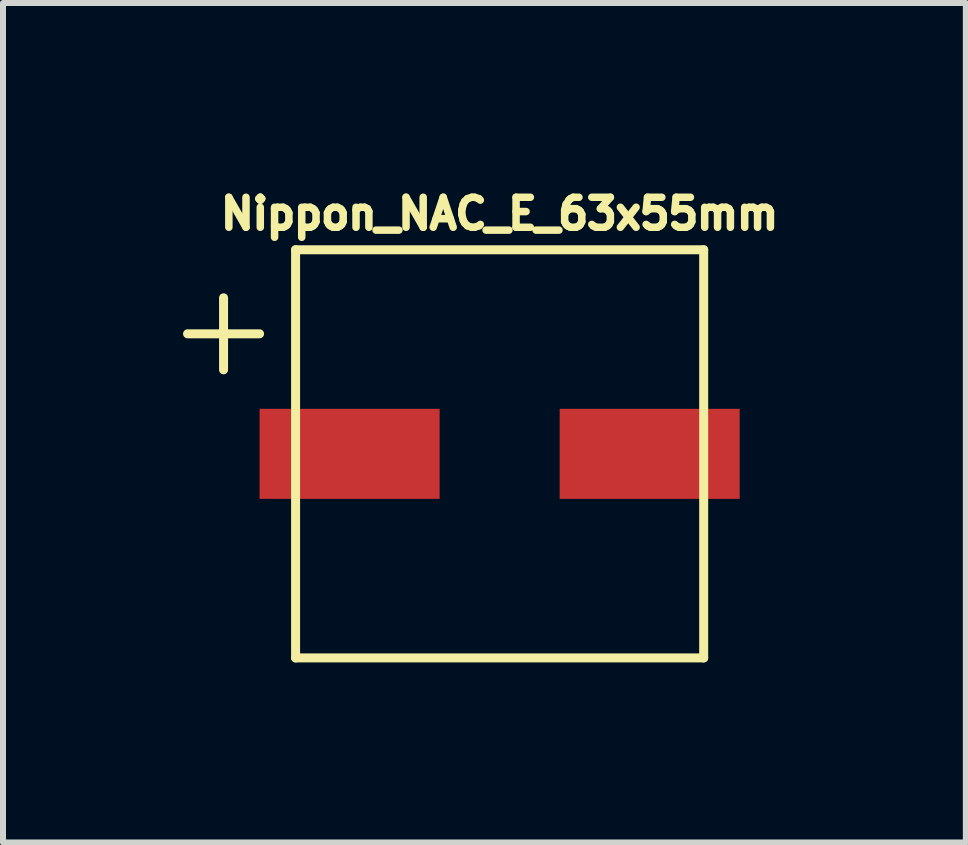
<source format=kicad_pcb>
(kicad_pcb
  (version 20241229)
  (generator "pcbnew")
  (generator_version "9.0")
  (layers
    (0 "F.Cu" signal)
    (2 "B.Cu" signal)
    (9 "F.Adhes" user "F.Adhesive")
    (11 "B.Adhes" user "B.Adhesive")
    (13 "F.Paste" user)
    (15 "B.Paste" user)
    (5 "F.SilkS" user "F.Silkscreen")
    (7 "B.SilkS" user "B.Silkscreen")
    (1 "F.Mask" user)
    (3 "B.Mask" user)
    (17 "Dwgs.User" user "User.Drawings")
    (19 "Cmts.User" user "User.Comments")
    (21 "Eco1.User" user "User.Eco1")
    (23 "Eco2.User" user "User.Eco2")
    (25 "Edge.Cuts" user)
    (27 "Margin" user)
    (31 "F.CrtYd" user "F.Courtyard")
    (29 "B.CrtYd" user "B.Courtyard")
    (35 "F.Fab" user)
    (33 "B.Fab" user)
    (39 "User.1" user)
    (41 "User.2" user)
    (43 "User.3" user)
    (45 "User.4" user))
  (footprint "Nippon_NAC_E_63x55mm"
    (layer "F.Cu")
    (at 5.275 4.512)
    (property "Reference" "Nippon_NAC_E_63x55mm" (at 0 -4 0) (layer "F.SilkS") (effects (font (size 0.5 0.5) (thickness 0.15))))
    (attr smd)
    (fp_line (start -4.6 -2.6) (end -4.6 -1.4) (stroke (width 0.15) (type solid)) (layer "F.SilkS"))
    (fp_line (start -4 -2) (end -5.2 -2) (stroke (width 0.15) (type solid)) (layer "F.SilkS"))
    (fp_line (start -3.4 -3.4) (end 3.4 -3.4) (stroke (width 0.15) (type solid)) (layer "F.SilkS"))
    (fp_line (start -3.4 3.4) (end -3.4 -3.4) (stroke (width 0.15) (type solid)) (layer "F.SilkS"))
    (fp_line (start 3.4 -3.4) (end 3.4 3.4) (stroke (width 0.15) (type solid)) (layer "F.SilkS"))
    (fp_line (start 3.4 3.4) (end -3.4 3.4) (stroke (width 0.15) (type solid)) (layer "F.SilkS"))
    (pad "1" smd rect (at -2.5 0) (size 3 1.5) (layers "F.Cu" "F.Mask" "F.Paste"))
    (pad "2" smd rect (at 2.5 0) (size 3 1.5) (layers "F.Cu" "F.Mask" "F.Paste")))
  (gr_rect
    (start -3 -3)
    (end 13.043 10.987)
    (stroke (width 0.1) (type default))
    (fill no)
    (layer "Edge.Cuts")))
</source>
